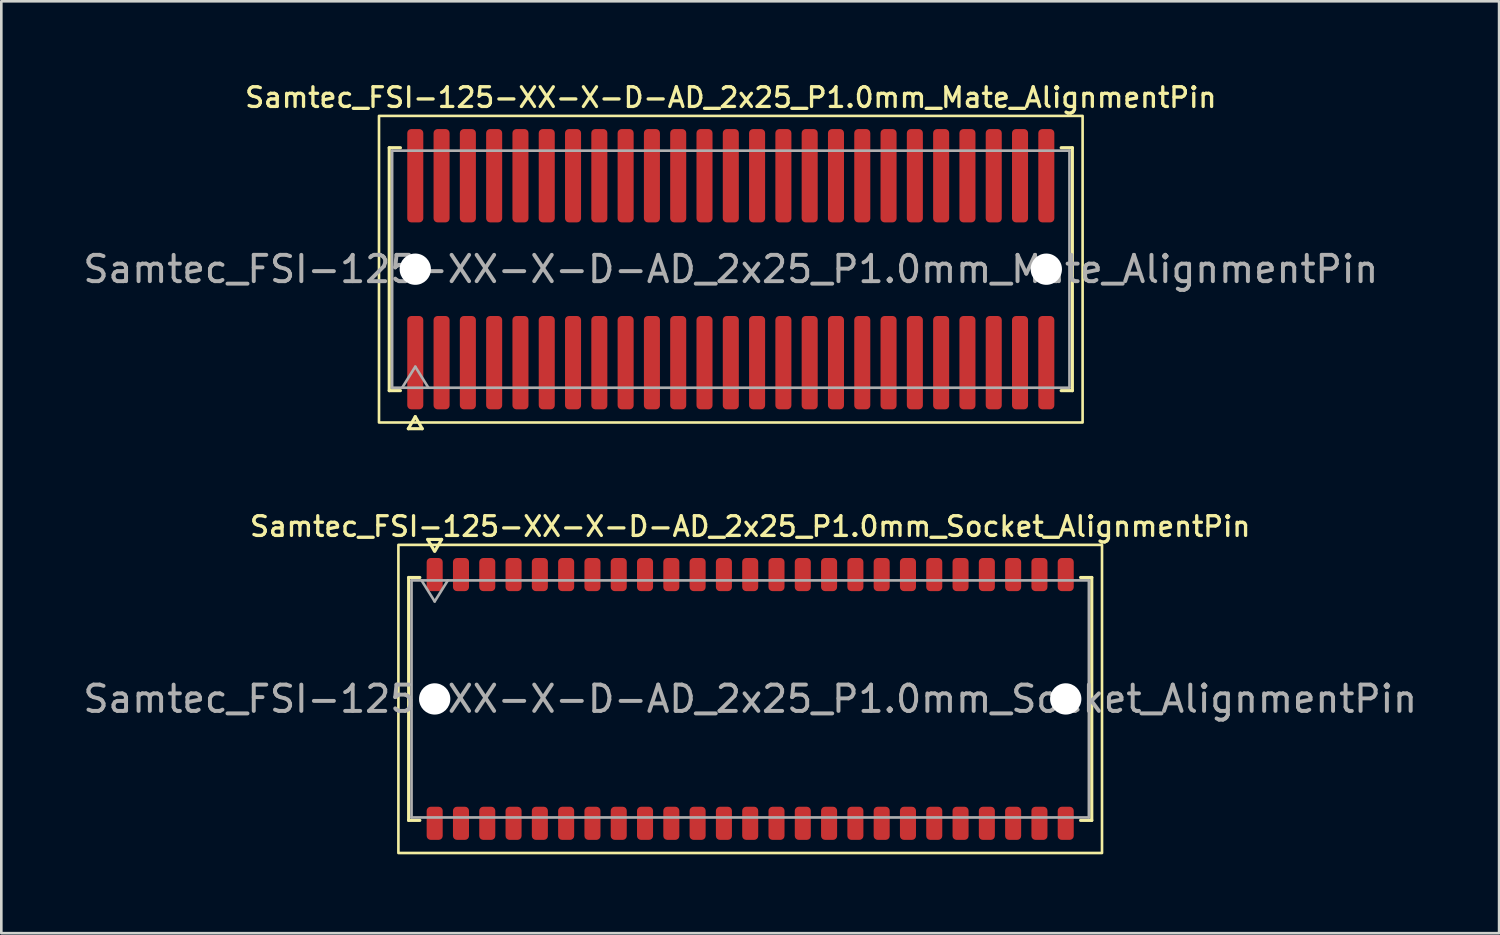
<source format=kicad_pcb>
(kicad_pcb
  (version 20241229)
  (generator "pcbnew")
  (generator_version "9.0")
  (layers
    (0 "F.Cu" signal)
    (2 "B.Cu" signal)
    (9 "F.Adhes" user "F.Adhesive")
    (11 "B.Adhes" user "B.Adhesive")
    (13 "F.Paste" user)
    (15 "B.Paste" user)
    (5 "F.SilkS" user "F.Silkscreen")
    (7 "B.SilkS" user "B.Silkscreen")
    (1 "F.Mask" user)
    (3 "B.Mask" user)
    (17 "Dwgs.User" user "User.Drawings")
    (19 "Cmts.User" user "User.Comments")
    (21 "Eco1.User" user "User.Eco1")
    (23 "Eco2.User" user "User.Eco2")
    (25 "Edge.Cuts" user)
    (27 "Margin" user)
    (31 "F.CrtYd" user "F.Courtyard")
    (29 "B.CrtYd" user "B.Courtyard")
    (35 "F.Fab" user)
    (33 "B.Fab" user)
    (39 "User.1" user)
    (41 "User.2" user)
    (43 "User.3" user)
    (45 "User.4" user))
  (footprint "Samtec_FSI-125-XX-X-D-AD_2x25_P1.0mm_Socket_AlignmentPin"
    (layer "F.Cu")
    (at 25.482 23.532)
    (property "Reference" "Samtec_FSI-125-XX-X-D-AD_2x25_P1.0mm_Socket_AlignmentPin" (at 0 -6.56 0) (layer "F.SilkS") (effects (font (size 0.75 0.75) (thickness 0.125))))
    (attr smd)
    (fp_line (start -12.99 -4.619) (end -12.565 -4.619) (stroke (width 0.12) (type solid)) (layer "F.SilkS"))
    (fp_line (start -12.99 4.619) (end -12.99 -4.619) (stroke (width 0.12) (type solid)) (layer "F.SilkS"))
    (fp_line (start -12.565 4.619) (end -12.99 4.619) (stroke (width 0.12) (type solid)) (layer "F.SilkS"))
    (fp_line (start -12.264 -6.066) (end -12.007 -5.62) (stroke (width 0.12) (type solid)) (layer "F.SilkS"))
    (fp_line (start -11.993 -5.62) (end -11.736 -6.066) (stroke (width 0.12) (type solid)) (layer "F.SilkS"))
    (fp_line (start -11.736 -6.066) (end -12.264 -6.066) (stroke (width 0.12) (type solid)) (layer "F.SilkS"))
    (fp_line (start 12.565 -4.619) (end 12.99 -4.619) (stroke (width 0.12) (type solid)) (layer "F.SilkS"))
    (fp_line (start 12.99 -4.619) (end 12.99 4.619) (stroke (width 0.12) (type solid)) (layer "F.SilkS"))
    (fp_line (start 12.99 4.619) (end 12.565 4.619) (stroke (width 0.12) (type solid)) (layer "F.SilkS"))
    (fp_rect (start -13.38 -5.86) (end 13.38 5.86) (stroke (width 0.1) (type solid)) (fill no) (layer "F.SilkS"))
    (fp_line (start -12.88 -4.508) (end 12.88 -4.508) (stroke (width 0.1) (type solid)) (layer "F.Fab"))
    (fp_line (start -12.88 4.508) (end -12.88 -4.508) (stroke (width 0.1) (type solid)) (layer "F.Fab"))
    (fp_line (start -12.5 -4.508) (end -12 -3.708) (stroke (width 0.1) (type solid)) (layer "F.Fab"))
    (fp_line (start -12 -3.708) (end -11.5 -4.508) (stroke (width 0.1) (type solid)) (layer "F.Fab"))
    (fp_line (start 12.88 -4.508) (end 12.88 4.508) (stroke (width 0.1) (type solid)) (layer "F.Fab"))
    (fp_line (start 12.88 4.508) (end -12.88 4.508) (stroke (width 0.1) (type solid)) (layer "F.Fab"))
    (fp_text user "${REFERENCE}" (at 0 0 0) (layer "F.Fab") (effects (font (size 1 1) (thickness 0.15))))
    (pad "" np_thru_hole circle (at -12 0) (size 1.19 1.19) (drill 1.19) (layers "*.Cu" "*.Mask"))
    (pad "" np_thru_hole circle (at 12 0) (size 1.19 1.19) (drill 1.19) (layers "*.Cu" "*.Mask"))
    (pad "1" smd roundrect (at -12 -4.73) (size 0.61 1.26) (layers "F.Cu" "F.Mask" "F.Paste") (roundrect_rratio 0.25))
    (pad "2" smd roundrect (at -12 4.73) (size 0.61 1.26) (layers "F.Cu" "F.Mask" "F.Paste") (roundrect_rratio 0.25))
    (pad "3" smd roundrect (at -11 -4.73) (size 0.61 1.26) (layers "F.Cu" "F.Mask" "F.Paste") (roundrect_rratio 0.25))
    (pad "4" smd roundrect (at -11 4.73) (size 0.61 1.26) (layers "F.Cu" "F.Mask" "F.Paste") (roundrect_rratio 0.25))
    (pad "5" smd roundrect (at -10 -4.73) (size 0.61 1.26) (layers "F.Cu" "F.Mask" "F.Paste") (roundrect_rratio 0.25))
    (pad "6" smd roundrect (at -10 4.73) (size 0.61 1.26) (layers "F.Cu" "F.Mask" "F.Paste") (roundrect_rratio 0.25))
    (pad "7" smd roundrect (at -9 -4.73) (size 0.61 1.26) (layers "F.Cu" "F.Mask" "F.Paste") (roundrect_rratio 0.25))
    (pad "8" smd roundrect (at -9 4.73) (size 0.61 1.26) (layers "F.Cu" "F.Mask" "F.Paste") (roundrect_rratio 0.25))
    (pad "9" smd roundrect (at -8 -4.73) (size 0.61 1.26) (layers "F.Cu" "F.Mask" "F.Paste") (roundrect_rratio 0.25))
    (pad "10" smd roundrect (at -8 4.73) (size 0.61 1.26) (layers "F.Cu" "F.Mask" "F.Paste") (roundrect_rratio 0.25))
    (pad "11" smd roundrect (at -7 -4.73) (size 0.61 1.26) (layers "F.Cu" "F.Mask" "F.Paste") (roundrect_rratio 0.25))
    (pad "12" smd roundrect (at -7 4.73) (size 0.61 1.26) (layers "F.Cu" "F.Mask" "F.Paste") (roundrect_rratio 0.25))
    (pad "13" smd roundrect (at -6 -4.73) (size 0.61 1.26) (layers "F.Cu" "F.Mask" "F.Paste") (roundrect_rratio 0.25))
    (pad "14" smd roundrect (at -6 4.73) (size 0.61 1.26) (layers "F.Cu" "F.Mask" "F.Paste") (roundrect_rratio 0.25))
    (pad "15" smd roundrect (at -5 -4.73) (size 0.61 1.26) (layers "F.Cu" "F.Mask" "F.Paste") (roundrect_rratio 0.25))
    (pad "16" smd roundrect (at -5 4.73) (size 0.61 1.26) (layers "F.Cu" "F.Mask" "F.Paste") (roundrect_rratio 0.25))
    (pad "17" smd roundrect (at -4 -4.73) (size 0.61 1.26) (layers "F.Cu" "F.Mask" "F.Paste") (roundrect_rratio 0.25))
    (pad "18" smd roundrect (at -4 4.73) (size 0.61 1.26) (layers "F.Cu" "F.Mask" "F.Paste") (roundrect_rratio 0.25))
    (pad "19" smd roundrect (at -3 -4.73) (size 0.61 1.26) (layers "F.Cu" "F.Mask" "F.Paste") (roundrect_rratio 0.25))
    (pad "20" smd roundrect (at -3 4.73) (size 0.61 1.26) (layers "F.Cu" "F.Mask" "F.Paste") (roundrect_rratio 0.25))
    (pad "21" smd roundrect (at -2 -4.73) (size 0.61 1.26) (layers "F.Cu" "F.Mask" "F.Paste") (roundrect_rratio 0.25))
    (pad "22" smd roundrect (at -2 4.73) (size 0.61 1.26) (layers "F.Cu" "F.Mask" "F.Paste") (roundrect_rratio 0.25))
    (pad "23" smd roundrect (at -1 -4.73) (size 0.61 1.26) (layers "F.Cu" "F.Mask" "F.Paste") (roundrect_rratio 0.25))
    (pad "24" smd roundrect (at -1 4.73) (size 0.61 1.26) (layers "F.Cu" "F.Mask" "F.Paste") (roundrect_rratio 0.25))
    (pad "25" smd roundrect (at 0 -4.73) (size 0.61 1.26) (layers "F.Cu" "F.Mask" "F.Paste") (roundrect_rratio 0.25))
    (pad "26" smd roundrect (at 0 4.73) (size 0.61 1.26) (layers "F.Cu" "F.Mask" "F.Paste") (roundrect_rratio 0.25))
    (pad "27" smd roundrect (at 1 -4.73) (size 0.61 1.26) (layers "F.Cu" "F.Mask" "F.Paste") (roundrect_rratio 0.25))
    (pad "28" smd roundrect (at 1 4.73) (size 0.61 1.26) (layers "F.Cu" "F.Mask" "F.Paste") (roundrect_rratio 0.25))
    (pad "29" smd roundrect (at 2 -4.73) (size 0.61 1.26) (layers "F.Cu" "F.Mask" "F.Paste") (roundrect_rratio 0.25))
    (pad "30" smd roundrect (at 2 4.73) (size 0.61 1.26) (layers "F.Cu" "F.Mask" "F.Paste") (roundrect_rratio 0.25))
    (pad "31" smd roundrect (at 3 -4.73) (size 0.61 1.26) (layers "F.Cu" "F.Mask" "F.Paste") (roundrect_rratio 0.25))
    (pad "32" smd roundrect (at 3 4.73) (size 0.61 1.26) (layers "F.Cu" "F.Mask" "F.Paste") (roundrect_rratio 0.25))
    (pad "33" smd roundrect (at 4 -4.73) (size 0.61 1.26) (layers "F.Cu" "F.Mask" "F.Paste") (roundrect_rratio 0.25))
    (pad "34" smd roundrect (at 4 4.73) (size 0.61 1.26) (layers "F.Cu" "F.Mask" "F.Paste") (roundrect_rratio 0.25))
    (pad "35" smd roundrect (at 5 -4.73) (size 0.61 1.26) (layers "F.Cu" "F.Mask" "F.Paste") (roundrect_rratio 0.25))
    (pad "36" smd roundrect (at 5 4.73) (size 0.61 1.26) (layers "F.Cu" "F.Mask" "F.Paste") (roundrect_rratio 0.25))
    (pad "37" smd roundrect (at 6 -4.73) (size 0.61 1.26) (layers "F.Cu" "F.Mask" "F.Paste") (roundrect_rratio 0.25))
    (pad "38" smd roundrect (at 6 4.73) (size 0.61 1.26) (layers "F.Cu" "F.Mask" "F.Paste") (roundrect_rratio 0.25))
    (pad "39" smd roundrect (at 7 -4.73) (size 0.61 1.26) (layers "F.Cu" "F.Mask" "F.Paste") (roundrect_rratio 0.25))
    (pad "40" smd roundrect (at 7 4.73) (size 0.61 1.26) (layers "F.Cu" "F.Mask" "F.Paste") (roundrect_rratio 0.25))
    (pad "41" smd roundrect (at 8 -4.73) (size 0.61 1.26) (layers "F.Cu" "F.Mask" "F.Paste") (roundrect_rratio 0.25))
    (pad "42" smd roundrect (at 8 4.73) (size 0.61 1.26) (layers "F.Cu" "F.Mask" "F.Paste") (roundrect_rratio 0.25))
    (pad "43" smd roundrect (at 9 -4.73) (size 0.61 1.26) (layers "F.Cu" "F.Mask" "F.Paste") (roundrect_rratio 0.25))
    (pad "44" smd roundrect (at 9 4.73) (size 0.61 1.26) (layers "F.Cu" "F.Mask" "F.Paste") (roundrect_rratio 0.25))
    (pad "45" smd roundrect (at 10 -4.73) (size 0.61 1.26) (layers "F.Cu" "F.Mask" "F.Paste") (roundrect_rratio 0.25))
    (pad "46" smd roundrect (at 10 4.73) (size 0.61 1.26) (layers "F.Cu" "F.Mask" "F.Paste") (roundrect_rratio 0.25))
    (pad "47" smd roundrect (at 11 -4.73) (size 0.61 1.26) (layers "F.Cu" "F.Mask" "F.Paste") (roundrect_rratio 0.25))
    (pad "48" smd roundrect (at 11 4.73) (size 0.61 1.26) (layers "F.Cu" "F.Mask" "F.Paste") (roundrect_rratio 0.25))
    (pad "49" smd roundrect (at 12 -4.73) (size 0.61 1.26) (layers "F.Cu" "F.Mask" "F.Paste") (roundrect_rratio 0.25))
    (pad "50" smd roundrect (at 12 4.73) (size 0.61 1.26) (layers "F.Cu" "F.Mask" "F.Paste") (roundrect_rratio 0.25)))
  (footprint "Samtec_FSI-125-XX-X-D-AD_2x25_P1.0mm_Mate_AlignmentPin"
    (layer "F.Cu")
    (at 24.744 7.188)
    (property "Reference" "Samtec_FSI-125-XX-X-D-AD_2x25_P1.0mm_Mate_AlignmentPin" (at 0 -6.53 0) (layer "F.SilkS") (effects (font (size 0.75 0.75) (thickness 0.125))))
    (attr exclude_from_pos_files exclude_from_bom)
    (fp_line (start -12.99 -4.619) (end -12.565 -4.619) (stroke (width 0.12) (type solid)) (layer "F.SilkS"))
    (fp_line (start -12.99 4.619) (end -12.99 -4.619) (stroke (width 0.12) (type solid)) (layer "F.SilkS"))
    (fp_line (start -12.565 4.619) (end -12.99 4.619) (stroke (width 0.12) (type solid)) (layer "F.SilkS"))
    (fp_line (start -12.264 6.066) (end -12 5.609) (stroke (width 0.12) (type solid)) (layer "F.SilkS"))
    (fp_line (start -12 5.609) (end -11.736 6.066) (stroke (width 0.12) (type solid)) (layer "F.SilkS"))
    (fp_line (start -11.736 6.066) (end -12.264 6.066) (stroke (width 0.12) (type solid)) (layer "F.SilkS"))
    (fp_line (start 12.565 -4.619) (end 12.99 -4.619) (stroke (width 0.12) (type solid)) (layer "F.SilkS"))
    (fp_line (start 12.99 -4.619) (end 12.99 4.619) (stroke (width 0.12) (type solid)) (layer "F.SilkS"))
    (fp_line (start 12.99 4.619) (end 12.565 4.619) (stroke (width 0.12) (type solid)) (layer "F.SilkS"))
    (fp_rect (start -13.38 -5.83) (end 13.38 5.83) (stroke (width 0.1) (type solid)) (fill no) (layer "F.SilkS"))
    (fp_line (start -12.88 -4.508) (end 12.88 -4.508) (stroke (width 0.1) (type solid)) (layer "F.Fab"))
    (fp_line (start -12.88 4.508) (end -12.88 -4.508) (stroke (width 0.1) (type solid)) (layer "F.Fab"))
    (fp_line (start -12.5 4.508) (end -12 3.708) (stroke (width 0.1) (type solid)) (layer "F.Fab"))
    (fp_line (start -12 3.708) (end -11.5 4.508) (stroke (width 0.1) (type solid)) (layer "F.Fab"))
    (fp_line (start 12.88 -4.508) (end 12.88 4.508) (stroke (width 0.1) (type solid)) (layer "F.Fab"))
    (fp_line (start 12.88 4.508) (end -12.88 4.508) (stroke (width 0.1) (type solid)) (layer "F.Fab"))
    (fp_text user "${REFERENCE}" (at 0 0 0) (layer "F.Fab") (effects (font (size 1 1) (thickness 0.15))))
    (pad "" np_thru_hole circle (at -12 0) (size 1.19 1.19) (drill 1.19) (layers "*.Cu" "*.Mask"))
    (pad "" np_thru_hole circle (at 12 0) (size 1.19 1.19) (drill 1.19) (layers "*.Cu" "*.Mask"))
    (pad "1" smd roundrect (at -12 3.555) (size 0.61 3.55) (layers "F.Cu" "F.Mask") (roundrect_rratio 0.25))
    (pad "2" smd roundrect (at -12 -3.555) (size 0.61 3.55) (layers "F.Cu" "F.Mask") (roundrect_rratio 0.25))
    (pad "3" smd roundrect (at -11 3.555) (size 0.61 3.55) (layers "F.Cu" "F.Mask") (roundrect_rratio 0.25))
    (pad "4" smd roundrect (at -11 -3.555) (size 0.61 3.55) (layers "F.Cu" "F.Mask") (roundrect_rratio 0.25))
    (pad "5" smd roundrect (at -10 3.555) (size 0.61 3.55) (layers "F.Cu" "F.Mask") (roundrect_rratio 0.25))
    (pad "6" smd roundrect (at -10 -3.555) (size 0.61 3.55) (layers "F.Cu" "F.Mask") (roundrect_rratio 0.25))
    (pad "7" smd roundrect (at -9 3.555) (size 0.61 3.55) (layers "F.Cu" "F.Mask") (roundrect_rratio 0.25))
    (pad "8" smd roundrect (at -9 -3.555) (size 0.61 3.55) (layers "F.Cu" "F.Mask") (roundrect_rratio 0.25))
    (pad "9" smd roundrect (at -8 3.555) (size 0.61 3.55) (layers "F.Cu" "F.Mask") (roundrect_rratio 0.25))
    (pad "10" smd roundrect (at -8 -3.555) (size 0.61 3.55) (layers "F.Cu" "F.Mask") (roundrect_rratio 0.25))
    (pad "11" smd roundrect (at -7 3.555) (size 0.61 3.55) (layers "F.Cu" "F.Mask") (roundrect_rratio 0.25))
    (pad "12" smd roundrect (at -7 -3.555) (size 0.61 3.55) (layers "F.Cu" "F.Mask") (roundrect_rratio 0.25))
    (pad "13" smd roundrect (at -6 3.555) (size 0.61 3.55) (layers "F.Cu" "F.Mask") (roundrect_rratio 0.25))
    (pad "14" smd roundrect (at -6 -3.555) (size 0.61 3.55) (layers "F.Cu" "F.Mask") (roundrect_rratio 0.25))
    (pad "15" smd roundrect (at -5 3.555) (size 0.61 3.55) (layers "F.Cu" "F.Mask") (roundrect_rratio 0.25))
    (pad "16" smd roundrect (at -5 -3.555) (size 0.61 3.55) (layers "F.Cu" "F.Mask") (roundrect_rratio 0.25))
    (pad "17" smd roundrect (at -4 3.555) (size 0.61 3.55) (layers "F.Cu" "F.Mask") (roundrect_rratio 0.25))
    (pad "18" smd roundrect (at -4 -3.555) (size 0.61 3.55) (layers "F.Cu" "F.Mask") (roundrect_rratio 0.25))
    (pad "19" smd roundrect (at -3 3.555) (size 0.61 3.55) (layers "F.Cu" "F.Mask") (roundrect_rratio 0.25))
    (pad "20" smd roundrect (at -3 -3.555) (size 0.61 3.55) (layers "F.Cu" "F.Mask") (roundrect_rratio 0.25))
    (pad "21" smd roundrect (at -2 3.555) (size 0.61 3.55) (layers "F.Cu" "F.Mask") (roundrect_rratio 0.25))
    (pad "22" smd roundrect (at -2 -3.555) (size 0.61 3.55) (layers "F.Cu" "F.Mask") (roundrect_rratio 0.25))
    (pad "23" smd roundrect (at -1 3.555) (size 0.61 3.55) (layers "F.Cu" "F.Mask") (roundrect_rratio 0.25))
    (pad "24" smd roundrect (at -1 -3.555) (size 0.61 3.55) (layers "F.Cu" "F.Mask") (roundrect_rratio 0.25))
    (pad "25" smd roundrect (at 0 3.555) (size 0.61 3.55) (layers "F.Cu" "F.Mask") (roundrect_rratio 0.25))
    (pad "26" smd roundrect (at 0 -3.555) (size 0.61 3.55) (layers "F.Cu" "F.Mask") (roundrect_rratio 0.25))
    (pad "27" smd roundrect (at 1 3.555) (size 0.61 3.55) (layers "F.Cu" "F.Mask") (roundrect_rratio 0.25))
    (pad "28" smd roundrect (at 1 -3.555) (size 0.61 3.55) (layers "F.Cu" "F.Mask") (roundrect_rratio 0.25))
    (pad "29" smd roundrect (at 2 3.555) (size 0.61 3.55) (layers "F.Cu" "F.Mask") (roundrect_rratio 0.25))
    (pad "30" smd roundrect (at 2 -3.555) (size 0.61 3.55) (layers "F.Cu" "F.Mask") (roundrect_rratio 0.25))
    (pad "31" smd roundrect (at 3 3.555) (size 0.61 3.55) (layers "F.Cu" "F.Mask") (roundrect_rratio 0.25))
    (pad "32" smd roundrect (at 3 -3.555) (size 0.61 3.55) (layers "F.Cu" "F.Mask") (roundrect_rratio 0.25))
    (pad "33" smd roundrect (at 4 3.555) (size 0.61 3.55) (layers "F.Cu" "F.Mask") (roundrect_rratio 0.25))
    (pad "34" smd roundrect (at 4 -3.555) (size 0.61 3.55) (layers "F.Cu" "F.Mask") (roundrect_rratio 0.25))
    (pad "35" smd roundrect (at 5 3.555) (size 0.61 3.55) (layers "F.Cu" "F.Mask") (roundrect_rratio 0.25))
    (pad "36" smd roundrect (at 5 -3.555) (size 0.61 3.55) (layers "F.Cu" "F.Mask") (roundrect_rratio 0.25))
    (pad "37" smd roundrect (at 6 3.555) (size 0.61 3.55) (layers "F.Cu" "F.Mask") (roundrect_rratio 0.25))
    (pad "38" smd roundrect (at 6 -3.555) (size 0.61 3.55) (layers "F.Cu" "F.Mask") (roundrect_rratio 0.25))
    (pad "39" smd roundrect (at 7 3.555) (size 0.61 3.55) (layers "F.Cu" "F.Mask") (roundrect_rratio 0.25))
    (pad "40" smd roundrect (at 7 -3.555) (size 0.61 3.55) (layers "F.Cu" "F.Mask") (roundrect_rratio 0.25))
    (pad "41" smd roundrect (at 8 3.555) (size 0.61 3.55) (layers "F.Cu" "F.Mask") (roundrect_rratio 0.25))
    (pad "42" smd roundrect (at 8 -3.555) (size 0.61 3.55) (layers "F.Cu" "F.Mask") (roundrect_rratio 0.25))
    (pad "43" smd roundrect (at 9 3.555) (size 0.61 3.55) (layers "F.Cu" "F.Mask") (roundrect_rratio 0.25))
    (pad "44" smd roundrect (at 9 -3.555) (size 0.61 3.55) (layers "F.Cu" "F.Mask") (roundrect_rratio 0.25))
    (pad "45" smd roundrect (at 10 3.555) (size 0.61 3.55) (layers "F.Cu" "F.Mask") (roundrect_rratio 0.25))
    (pad "46" smd roundrect (at 10 -3.555) (size 0.61 3.55) (layers "F.Cu" "F.Mask") (roundrect_rratio 0.25))
    (pad "47" smd roundrect (at 11 3.555) (size 0.61 3.55) (layers "F.Cu" "F.Mask") (roundrect_rratio 0.25))
    (pad "48" smd roundrect (at 11 -3.555) (size 0.61 3.55) (layers "F.Cu" "F.Mask") (roundrect_rratio 0.25))
    (pad "49" smd roundrect (at 12 3.555) (size 0.61 3.55) (layers "F.Cu" "F.Mask") (roundrect_rratio 0.25))
    (pad "50" smd roundrect (at 12 -3.555) (size 0.61 3.55) (layers "F.Cu" "F.Mask") (roundrect_rratio 0.25)))
  (gr_rect
    (start -3 -3)
    (end 53.964 32.442)
    (stroke (width 0.1) (type default))
    (fill no)
    (layer "Edge.Cuts")))
</source>
